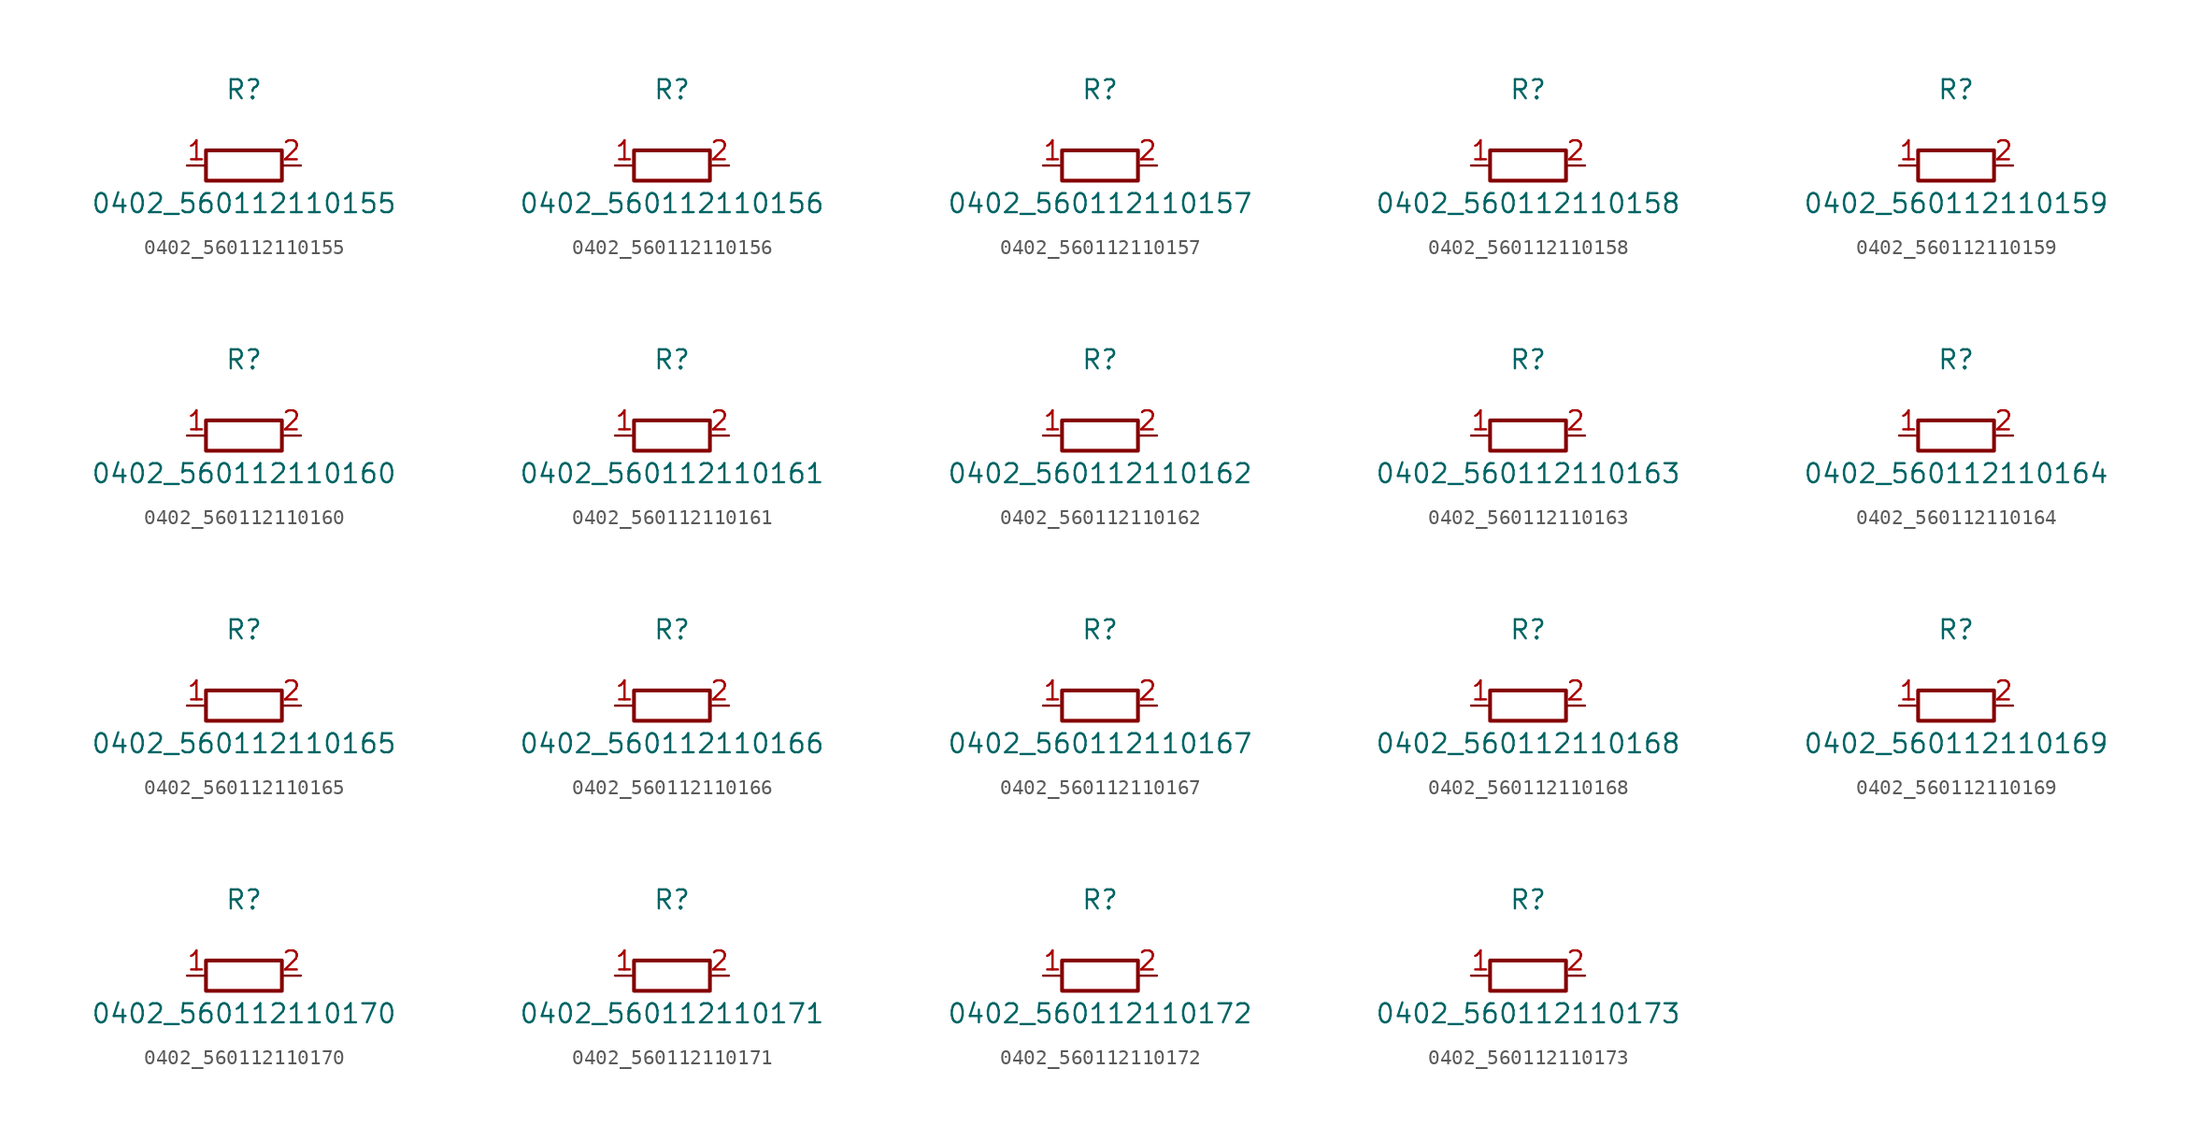
<source format=kicad_sym>
(kicad_symbol_lib
  (version 20220914)
  (generator kicad_symbol_editor)
  (symbol "0402_560112110155"
    (pin_names hide)
    (property "Reference" "R"
      (at 0 5.08 0)
      (effects (font (size 1.27 1.27))))
    (property "Value" "0402_560112110155"
      (at 0 -2.54 0)
      (effects (font (size 1.27 1.27))))
    (symbol "0402_560112110155_0_1"
      (rectangle (start -2.54 -1.016) (end 2.54 1.016) (stroke (width 0.254) (type default)) (fill (type none))))
    (symbol "0402_560112110155_1_1"
      (pin passive line (at -3.81 0 0) (length 1.27) (name "~" (effects (font (size 1.27 1.27)))) (number "1" (effects (font (size 1.27 1.27)))))
      (pin passive line (at 3.81 0 180) (length 1.27) (name "~" (effects (font (size 1.27 1.27)))) (number "2" (effects (font (size 1.27 1.27)))))))
  (symbol "0402_560112110156"
    (pin_names hide)
    (property "Reference" "R"
      (at 0 5.08 0)
      (effects (font (size 1.27 1.27))))
    (property "Value" "0402_560112110156"
      (at 0 -2.54 0)
      (effects (font (size 1.27 1.27))))
    (symbol "0402_560112110156_0_1"
      (rectangle (start -2.54 -1.016) (end 2.54 1.016) (stroke (width 0.254) (type default)) (fill (type none))))
    (symbol "0402_560112110156_1_1"
      (pin passive line (at -3.81 0 0) (length 1.27) (name "~" (effects (font (size 1.27 1.27)))) (number "1" (effects (font (size 1.27 1.27)))))
      (pin passive line (at 3.81 0 180) (length 1.27) (name "~" (effects (font (size 1.27 1.27)))) (number "2" (effects (font (size 1.27 1.27)))))))
  (symbol "0402_560112110157"
    (pin_names hide)
    (property "Reference" "R"
      (at 0 5.08 0)
      (effects (font (size 1.27 1.27))))
    (property "Value" "0402_560112110157"
      (at 0 -2.54 0)
      (effects (font (size 1.27 1.27))))
    (symbol "0402_560112110157_0_1"
      (rectangle (start -2.54 -1.016) (end 2.54 1.016) (stroke (width 0.254) (type default)) (fill (type none))))
    (symbol "0402_560112110157_1_1"
      (pin passive line (at -3.81 0 0) (length 1.27) (name "~" (effects (font (size 1.27 1.27)))) (number "1" (effects (font (size 1.27 1.27)))))
      (pin passive line (at 3.81 0 180) (length 1.27) (name "~" (effects (font (size 1.27 1.27)))) (number "2" (effects (font (size 1.27 1.27)))))))
  (symbol "0402_560112110158"
    (pin_names hide)
    (property "Reference" "R"
      (at 0 5.08 0)
      (effects (font (size 1.27 1.27))))
    (property "Value" "0402_560112110158"
      (at 0 -2.54 0)
      (effects (font (size 1.27 1.27))))
    (symbol "0402_560112110158_0_1"
      (rectangle (start -2.54 -1.016) (end 2.54 1.016) (stroke (width 0.254) (type default)) (fill (type none))))
    (symbol "0402_560112110158_1_1"
      (pin passive line (at -3.81 0 0) (length 1.27) (name "~" (effects (font (size 1.27 1.27)))) (number "1" (effects (font (size 1.27 1.27)))))
      (pin passive line (at 3.81 0 180) (length 1.27) (name "~" (effects (font (size 1.27 1.27)))) (number "2" (effects (font (size 1.27 1.27)))))))
  (symbol "0402_560112110159"
    (pin_names hide)
    (property "Reference" "R"
      (at 0 5.08 0)
      (effects (font (size 1.27 1.27))))
    (property "Value" "0402_560112110159"
      (at 0 -2.54 0)
      (effects (font (size 1.27 1.27))))
    (symbol "0402_560112110159_0_1"
      (rectangle (start -2.54 -1.016) (end 2.54 1.016) (stroke (width 0.254) (type default)) (fill (type none))))
    (symbol "0402_560112110159_1_1"
      (pin passive line (at -3.81 0 0) (length 1.27) (name "~" (effects (font (size 1.27 1.27)))) (number "1" (effects (font (size 1.27 1.27)))))
      (pin passive line (at 3.81 0 180) (length 1.27) (name "~" (effects (font (size 1.27 1.27)))) (number "2" (effects (font (size 1.27 1.27)))))))
  (symbol "0402_560112110160"
    (pin_names hide)
    (property "Reference" "R"
      (at 0 5.08 0)
      (effects (font (size 1.27 1.27))))
    (property "Value" "0402_560112110160"
      (at 0 -2.54 0)
      (effects (font (size 1.27 1.27))))
    (symbol "0402_560112110160_0_1"
      (rectangle (start -2.54 -1.016) (end 2.54 1.016) (stroke (width 0.254) (type default)) (fill (type none))))
    (symbol "0402_560112110160_1_1"
      (pin passive line (at -3.81 0 0) (length 1.27) (name "~" (effects (font (size 1.27 1.27)))) (number "1" (effects (font (size 1.27 1.27)))))
      (pin passive line (at 3.81 0 180) (length 1.27) (name "~" (effects (font (size 1.27 1.27)))) (number "2" (effects (font (size 1.27 1.27)))))))
  (symbol "0402_560112110161"
    (pin_names hide)
    (property "Reference" "R"
      (at 0 5.08 0)
      (effects (font (size 1.27 1.27))))
    (property "Value" "0402_560112110161"
      (at 0 -2.54 0)
      (effects (font (size 1.27 1.27))))
    (symbol "0402_560112110161_0_1"
      (rectangle (start -2.54 -1.016) (end 2.54 1.016) (stroke (width 0.254) (type default)) (fill (type none))))
    (symbol "0402_560112110161_1_1"
      (pin passive line (at -3.81 0 0) (length 1.27) (name "~" (effects (font (size 1.27 1.27)))) (number "1" (effects (font (size 1.27 1.27)))))
      (pin passive line (at 3.81 0 180) (length 1.27) (name "~" (effects (font (size 1.27 1.27)))) (number "2" (effects (font (size 1.27 1.27)))))))
  (symbol "0402_560112110162"
    (pin_names hide)
    (property "Reference" "R"
      (at 0 5.08 0)
      (effects (font (size 1.27 1.27))))
    (property "Value" "0402_560112110162"
      (at 0 -2.54 0)
      (effects (font (size 1.27 1.27))))
    (symbol "0402_560112110162_0_1"
      (rectangle (start -2.54 -1.016) (end 2.54 1.016) (stroke (width 0.254) (type default)) (fill (type none))))
    (symbol "0402_560112110162_1_1"
      (pin passive line (at -3.81 0 0) (length 1.27) (name "~" (effects (font (size 1.27 1.27)))) (number "1" (effects (font (size 1.27 1.27)))))
      (pin passive line (at 3.81 0 180) (length 1.27) (name "~" (effects (font (size 1.27 1.27)))) (number "2" (effects (font (size 1.27 1.27)))))))
  (symbol "0402_560112110163"
    (pin_names hide)
    (property "Reference" "R"
      (at 0 5.08 0)
      (effects (font (size 1.27 1.27))))
    (property "Value" "0402_560112110163"
      (at 0 -2.54 0)
      (effects (font (size 1.27 1.27))))
    (symbol "0402_560112110163_0_1"
      (rectangle (start -2.54 -1.016) (end 2.54 1.016) (stroke (width 0.254) (type default)) (fill (type none))))
    (symbol "0402_560112110163_1_1"
      (pin passive line (at -3.81 0 0) (length 1.27) (name "~" (effects (font (size 1.27 1.27)))) (number "1" (effects (font (size 1.27 1.27)))))
      (pin passive line (at 3.81 0 180) (length 1.27) (name "~" (effects (font (size 1.27 1.27)))) (number "2" (effects (font (size 1.27 1.27)))))))
  (symbol "0402_560112110164"
    (pin_names hide)
    (property "Reference" "R"
      (at 0 5.08 0)
      (effects (font (size 1.27 1.27))))
    (property "Value" "0402_560112110164"
      (at 0 -2.54 0)
      (effects (font (size 1.27 1.27))))
    (symbol "0402_560112110164_0_1"
      (rectangle (start -2.54 -1.016) (end 2.54 1.016) (stroke (width 0.254) (type default)) (fill (type none))))
    (symbol "0402_560112110164_1_1"
      (pin passive line (at -3.81 0 0) (length 1.27) (name "~" (effects (font (size 1.27 1.27)))) (number "1" (effects (font (size 1.27 1.27)))))
      (pin passive line (at 3.81 0 180) (length 1.27) (name "~" (effects (font (size 1.27 1.27)))) (number "2" (effects (font (size 1.27 1.27)))))))
  (symbol "0402_560112110165"
    (pin_names hide)
    (property "Reference" "R"
      (at 0 5.08 0)
      (effects (font (size 1.27 1.27))))
    (property "Value" "0402_560112110165"
      (at 0 -2.54 0)
      (effects (font (size 1.27 1.27))))
    (symbol "0402_560112110165_0_1"
      (rectangle (start -2.54 -1.016) (end 2.54 1.016) (stroke (width 0.254) (type default)) (fill (type none))))
    (symbol "0402_560112110165_1_1"
      (pin passive line (at -3.81 0 0) (length 1.27) (name "~" (effects (font (size 1.27 1.27)))) (number "1" (effects (font (size 1.27 1.27)))))
      (pin passive line (at 3.81 0 180) (length 1.27) (name "~" (effects (font (size 1.27 1.27)))) (number "2" (effects (font (size 1.27 1.27)))))))
  (symbol "0402_560112110166"
    (pin_names hide)
    (property "Reference" "R"
      (at 0 5.08 0)
      (effects (font (size 1.27 1.27))))
    (property "Value" "0402_560112110166"
      (at 0 -2.54 0)
      (effects (font (size 1.27 1.27))))
    (symbol "0402_560112110166_0_1"
      (rectangle (start -2.54 -1.016) (end 2.54 1.016) (stroke (width 0.254) (type default)) (fill (type none))))
    (symbol "0402_560112110166_1_1"
      (pin passive line (at -3.81 0 0) (length 1.27) (name "~" (effects (font (size 1.27 1.27)))) (number "1" (effects (font (size 1.27 1.27)))))
      (pin passive line (at 3.81 0 180) (length 1.27) (name "~" (effects (font (size 1.27 1.27)))) (number "2" (effects (font (size 1.27 1.27)))))))
  (symbol "0402_560112110167"
    (pin_names hide)
    (property "Reference" "R"
      (at 0 5.08 0)
      (effects (font (size 1.27 1.27))))
    (property "Value" "0402_560112110167"
      (at 0 -2.54 0)
      (effects (font (size 1.27 1.27))))
    (symbol "0402_560112110167_0_1"
      (rectangle (start -2.54 -1.016) (end 2.54 1.016) (stroke (width 0.254) (type default)) (fill (type none))))
    (symbol "0402_560112110167_1_1"
      (pin passive line (at -3.81 0 0) (length 1.27) (name "~" (effects (font (size 1.27 1.27)))) (number "1" (effects (font (size 1.27 1.27)))))
      (pin passive line (at 3.81 0 180) (length 1.27) (name "~" (effects (font (size 1.27 1.27)))) (number "2" (effects (font (size 1.27 1.27)))))))
  (symbol "0402_560112110168"
    (pin_names hide)
    (property "Reference" "R"
      (at 0 5.08 0)
      (effects (font (size 1.27 1.27))))
    (property "Value" "0402_560112110168"
      (at 0 -2.54 0)
      (effects (font (size 1.27 1.27))))
    (symbol "0402_560112110168_0_1"
      (rectangle (start -2.54 -1.016) (end 2.54 1.016) (stroke (width 0.254) (type default)) (fill (type none))))
    (symbol "0402_560112110168_1_1"
      (pin passive line (at -3.81 0 0) (length 1.27) (name "~" (effects (font (size 1.27 1.27)))) (number "1" (effects (font (size 1.27 1.27)))))
      (pin passive line (at 3.81 0 180) (length 1.27) (name "~" (effects (font (size 1.27 1.27)))) (number "2" (effects (font (size 1.27 1.27)))))))
  (symbol "0402_560112110169"
    (pin_names hide)
    (property "Reference" "R"
      (at 0 5.08 0)
      (effects (font (size 1.27 1.27))))
    (property "Value" "0402_560112110169"
      (at 0 -2.54 0)
      (effects (font (size 1.27 1.27))))
    (symbol "0402_560112110169_0_1"
      (rectangle (start -2.54 -1.016) (end 2.54 1.016) (stroke (width 0.254) (type default)) (fill (type none))))
    (symbol "0402_560112110169_1_1"
      (pin passive line (at -3.81 0 0) (length 1.27) (name "~" (effects (font (size 1.27 1.27)))) (number "1" (effects (font (size 1.27 1.27)))))
      (pin passive line (at 3.81 0 180) (length 1.27) (name "~" (effects (font (size 1.27 1.27)))) (number "2" (effects (font (size 1.27 1.27)))))))
  (symbol "0402_560112110170"
    (pin_names hide)
    (property "Reference" "R"
      (at 0 5.08 0)
      (effects (font (size 1.27 1.27))))
    (property "Value" "0402_560112110170"
      (at 0 -2.54 0)
      (effects (font (size 1.27 1.27))))
    (symbol "0402_560112110170_0_1"
      (rectangle (start -2.54 -1.016) (end 2.54 1.016) (stroke (width 0.254) (type default)) (fill (type none))))
    (symbol "0402_560112110170_1_1"
      (pin passive line (at -3.81 0 0) (length 1.27) (name "~" (effects (font (size 1.27 1.27)))) (number "1" (effects (font (size 1.27 1.27)))))
      (pin passive line (at 3.81 0 180) (length 1.27) (name "~" (effects (font (size 1.27 1.27)))) (number "2" (effects (font (size 1.27 1.27)))))))
  (symbol "0402_560112110171"
    (pin_names hide)
    (property "Reference" "R"
      (at 0 5.08 0)
      (effects (font (size 1.27 1.27))))
    (property "Value" "0402_560112110171"
      (at 0 -2.54 0)
      (effects (font (size 1.27 1.27))))
    (symbol "0402_560112110171_0_1"
      (rectangle (start -2.54 -1.016) (end 2.54 1.016) (stroke (width 0.254) (type default)) (fill (type none))))
    (symbol "0402_560112110171_1_1"
      (pin passive line (at -3.81 0 0) (length 1.27) (name "~" (effects (font (size 1.27 1.27)))) (number "1" (effects (font (size 1.27 1.27)))))
      (pin passive line (at 3.81 0 180) (length 1.27) (name "~" (effects (font (size 1.27 1.27)))) (number "2" (effects (font (size 1.27 1.27)))))))
  (symbol "0402_560112110172"
    (pin_names hide)
    (property "Reference" "R"
      (at 0 5.08 0)
      (effects (font (size 1.27 1.27))))
    (property "Value" "0402_560112110172"
      (at 0 -2.54 0)
      (effects (font (size 1.27 1.27))))
    (symbol "0402_560112110172_0_1"
      (rectangle (start -2.54 -1.016) (end 2.54 1.016) (stroke (width 0.254) (type default)) (fill (type none))))
    (symbol "0402_560112110172_1_1"
      (pin passive line (at -3.81 0 0) (length 1.27) (name "~" (effects (font (size 1.27 1.27)))) (number "1" (effects (font (size 1.27 1.27)))))
      (pin passive line (at 3.81 0 180) (length 1.27) (name "~" (effects (font (size 1.27 1.27)))) (number "2" (effects (font (size 1.27 1.27)))))))
  (symbol "0402_560112110173"
    (pin_names hide)
    (property "Reference" "R"
      (at 0 5.08 0)
      (effects (font (size 1.27 1.27))))
    (property "Value" "0402_560112110173"
      (at 0 -2.54 0)
      (effects (font (size 1.27 1.27))))
    (symbol "0402_560112110173_0_1"
      (rectangle (start -2.54 -1.016) (end 2.54 1.016) (stroke (width 0.254) (type default)) (fill (type none))))
    (symbol "0402_560112110173_1_1"
      (pin passive line (at -3.81 0 0) (length 1.27) (name "~" (effects (font (size 1.27 1.27)))) (number "1" (effects (font (size 1.27 1.27)))))
      (pin passive line (at 3.81 0 180) (length 1.27) (name "~" (effects (font (size 1.27 1.27)))) (number "2" (effects (font (size 1.27 1.27))))))))
</source>
